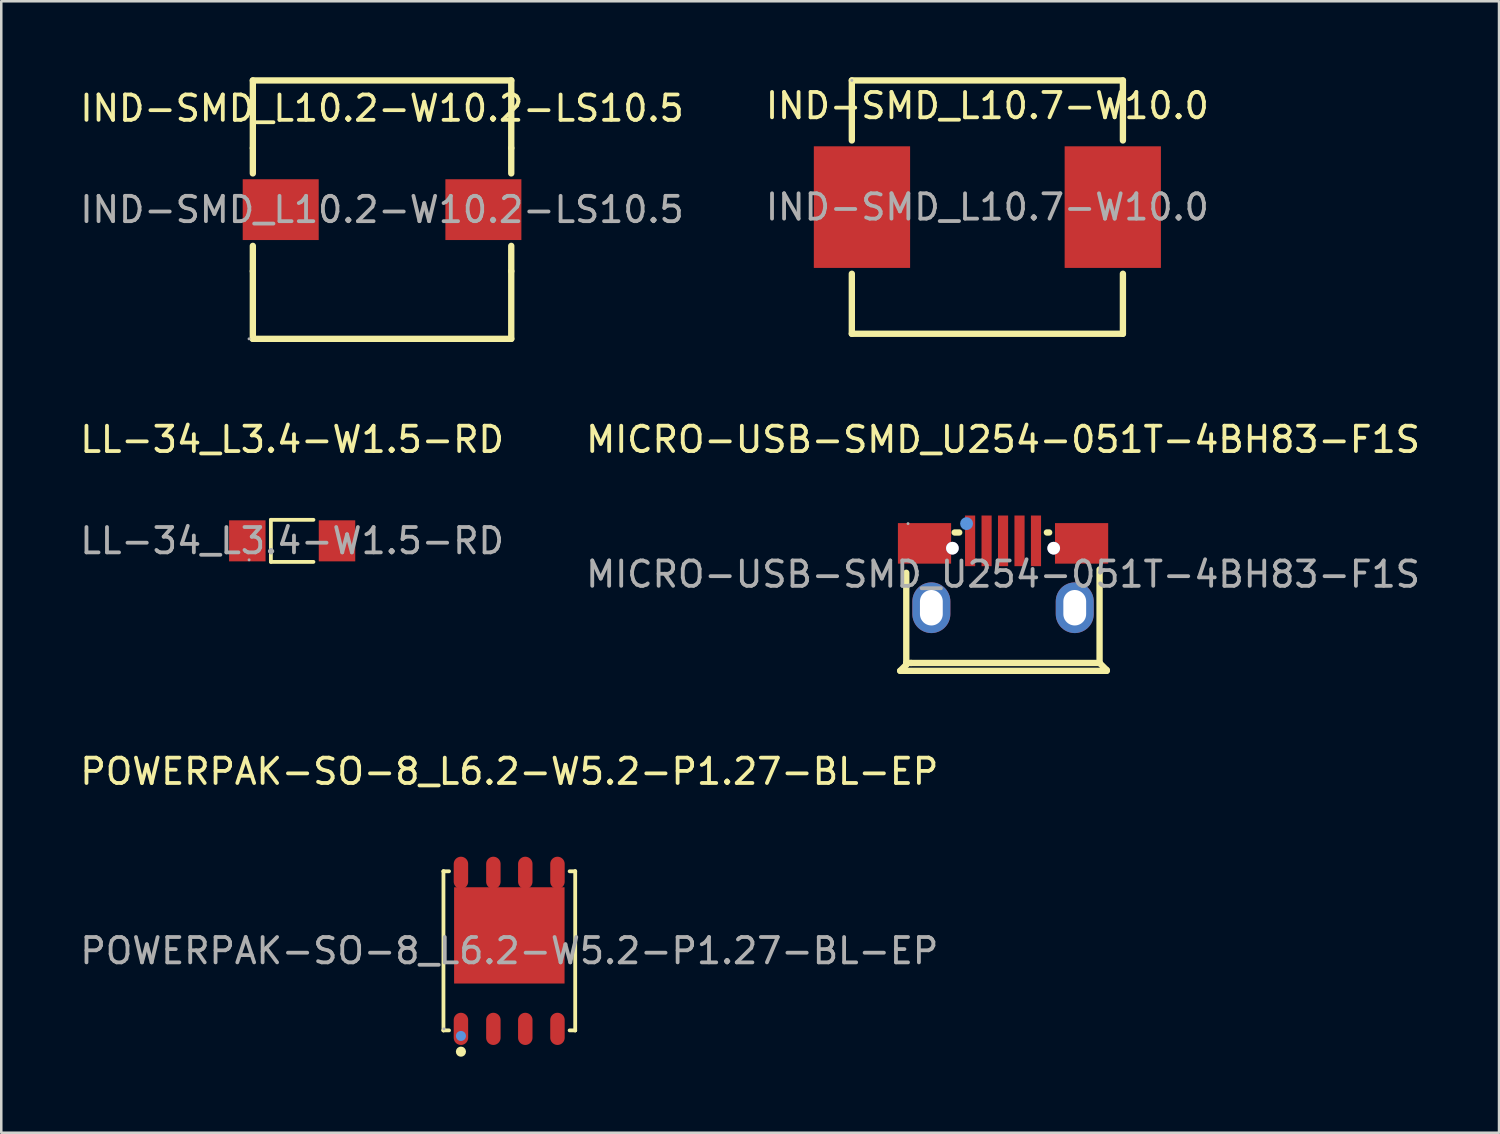
<source format=kicad_pcb>
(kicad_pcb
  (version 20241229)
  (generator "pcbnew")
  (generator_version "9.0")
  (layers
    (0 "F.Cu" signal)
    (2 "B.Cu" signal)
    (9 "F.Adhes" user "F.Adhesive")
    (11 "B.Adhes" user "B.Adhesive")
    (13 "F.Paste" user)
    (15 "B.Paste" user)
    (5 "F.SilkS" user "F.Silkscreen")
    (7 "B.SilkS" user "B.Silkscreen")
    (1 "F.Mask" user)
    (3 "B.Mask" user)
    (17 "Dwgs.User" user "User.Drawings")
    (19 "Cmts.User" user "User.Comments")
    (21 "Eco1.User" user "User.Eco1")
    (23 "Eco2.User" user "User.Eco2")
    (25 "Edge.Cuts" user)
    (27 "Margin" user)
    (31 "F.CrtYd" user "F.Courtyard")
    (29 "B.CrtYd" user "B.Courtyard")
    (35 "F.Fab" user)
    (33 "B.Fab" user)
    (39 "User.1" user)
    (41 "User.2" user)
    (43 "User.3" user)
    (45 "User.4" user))
  (footprint "MICRO-USB-SMD_U254-051T-4BH83-F1S"
    (layer "F.Cu")
    (at 36.542 19.618)
    (property "Reference" "MICRO-USB-SMD_U254-051T-4BH83-F1S" (at 0 -5.32 0) (layer "F.SilkS") (effects (font (size 1 1) (thickness 0.15))))
    (attr smd)
    (fp_line (start -4.06 3.81) (end 4.09 3.81) (stroke (width 0.25) (type solid)) (layer "F.SilkS"))
    (fp_line (start -3.82 3.5) (end -3.82 -0.06) (stroke (width 0.25) (type solid)) (layer "F.SilkS"))
    (fp_line (start -3.82 3.5) (end -3.82 3.57) (stroke (width 0.25) (type solid)) (layer "F.SilkS"))
    (fp_line (start -3.82 3.57) (end -4.06 3.81) (stroke (width 0.25) (type solid)) (layer "F.SilkS"))
    (fp_line (start -3.63 3.5) (end -3.82 3.5) (stroke (width 0.25) (type solid)) (layer "F.SilkS"))
    (fp_line (start -1.73 -1.65) (end -1.91 -1.65) (stroke (width 0.25) (type solid)) (layer "F.SilkS"))
    (fp_line (start 1.73 -1.65) (end 1.82 -1.65) (stroke (width 0.25) (type solid)) (layer "F.SilkS"))
    (fp_line (start 3.81 -0.19) (end 3.81 3.5) (stroke (width 0.25) (type solid)) (layer "F.SilkS"))
    (fp_line (start 3.81 3.5) (end -3.63 3.5) (stroke (width 0.25) (type solid)) (layer "F.SilkS"))
    (fp_line (start 4.09 3.78) (end 3.81 3.5) (stroke (width 0.25) (type solid)) (layer "F.SilkS"))
    (fp_line (start 4.09 3.81) (end 4.09 3.78) (stroke (width 0.25) (type solid)) (layer "F.SilkS"))
    (fp_circle (center -2 -1.03) (end -1.9 -1.03) (stroke (width 0.2) (type solid)) (fill no) (layer "Cmts.User"))
    (fp_circle (center -1.44 -2) (end -1.31 -2) (stroke (width 0.25) (type solid)) (fill no) (layer "Cmts.User"))
    (fp_circle (center 2 -1.03) (end 2.1 -1.03) (stroke (width 0.2) (type solid)) (fill no) (layer "Cmts.User"))
    (fp_circle (center -3.75 -2) (end -3.72 -2) (stroke (width 0.06) (type solid)) (fill no) (layer "F.Fab"))
    (fp_text user "${REFERENCE}" (at 0 0 0) (layer "F.Fab") (effects (font (size 1 1) (thickness 0.15))))
    (pad "" thru_hole circle (at -2 -1.03) (size 0.5 0.5) (drill 0.5) (layers "*.Cu" "*.Mask"))
    (pad "" thru_hole circle (at 2 -1.03) (size 0.5 0.5) (drill 0.5) (layers "*.Cu" "*.Mask"))
    (pad "1" smd rect (at -1.3 -1.32) (size 0.4 2) (layers "F.Cu" "F.Mask" "F.Paste"))
    (pad "2" smd rect (at -0.65 -1.32) (size 0.4 2) (layers "F.Cu" "F.Mask" "F.Paste"))
    (pad "3" smd rect (at 0 -1.32) (size 0.4 2) (layers "F.Cu" "F.Mask" "F.Paste"))
    (pad "4" smd rect (at 0.65 -1.32) (size 0.4 2) (layers "F.Cu" "F.Mask" "F.Paste"))
    (pad "5" smd rect (at 1.3 -1.32) (size 0.4 2) (layers "F.Cu" "F.Mask" "F.Paste"))
    (pad "6" smd rect (at 3.1 -1.22 90) (size 1.6 2.1) (layers "F.Cu" "F.Mask" "F.Paste"))
    (pad "7" smd rect (at -3.1 -1.22 90) (size 1.6 2.1) (layers "F.Cu" "F.Mask" "F.Paste"))
    (pad "8" thru_hole oval (at -2.83 1.32) (size 1.5 2) (drill oval 0.9 1.4) (layers "*.Cu" "*.Mask"))
    (pad "9" thru_hole oval (at 2.83 1.32) (size 1.5 2) (drill oval 0.9 1.4) (layers "*.Cu" "*.Mask")))
  (footprint "IND-SMD_L10.7-W10.0"
    (layer "F.Cu")
    (at 35.923 5.125)
    (property "Reference" "IND-SMD_L10.7-W10.0" (at 0 -4 0) (layer "F.SilkS") (effects (font (size 1 1) (thickness 0.15))))
    (attr smd)
    (fp_line (start -5.35 -5) (end -5.35 -2.63) (stroke (width 0.25) (type solid)) (layer "F.SilkS"))
    (fp_line (start -5.35 -5) (end 5.35 -5) (stroke (width 0.25) (type solid)) (layer "F.SilkS"))
    (fp_line (start -5.35 2.63) (end -5.35 5) (stroke (width 0.25) (type solid)) (layer "F.SilkS"))
    (fp_line (start 5.35 -2.63) (end 5.35 -5) (stroke (width 0.25) (type solid)) (layer "F.SilkS"))
    (fp_line (start 5.35 5) (end -5.35 5) (stroke (width 0.25) (type solid)) (layer "F.SilkS"))
    (fp_line (start 5.35 5) (end 5.35 2.63) (stroke (width 0.25) (type solid)) (layer "F.SilkS"))
    (fp_circle (center -5.35 -5) (end -5.32 -5) (stroke (width 0.06) (type solid)) (fill no) (layer "F.Fab"))
    (fp_text user "${REFERENCE}" (at 0 0 0) (layer "F.Fab") (effects (font (size 1 1) (thickness 0.15))))
    (pad "1" smd rect (at -4.95 0) (size 3.8 4.8) (layers "F.Cu" "F.Mask" "F.Paste"))
    (pad "2" smd rect (at 4.95 0) (size 3.8 4.8) (layers "F.Cu" "F.Mask" "F.Paste")))
  (footprint "IND-SMD_L10.2-W10.2-LS10.5"
    (layer "F.Cu")
    (at 12.03 5.225)
    (property "Reference" "IND-SMD_L10.2-W10.2-LS10.5" (at 0 -4 0) (layer "F.SilkS") (effects (font (size 1 1) (thickness 0.15))))
    (attr smd)
    (fp_line (start -5.1 -5.1) (end 5.1 -5.1) (stroke (width 0.25) (type solid)) (layer "F.SilkS"))
    (fp_line (start -5.1 -2.43) (end -5.1 -5.1) (stroke (width 0.25) (type solid)) (layer "F.SilkS"))
    (fp_line (start -5.1 -2.43) (end -5.1 -1.43) (stroke (width 0.25) (type solid)) (layer "F.SilkS"))
    (fp_line (start -5.1 1.43) (end -5.1 2.43) (stroke (width 0.25) (type solid)) (layer "F.SilkS"))
    (fp_line (start -5.1 5.1) (end -5.1 2.43) (stroke (width 0.25) (type solid)) (layer "F.SilkS"))
    (fp_line (start -5.1 5.1) (end 5.1 5.1) (stroke (width 0.25) (type solid)) (layer "F.SilkS"))
    (fp_line (start 5.1 -2.43) (end 5.1 -5.1) (stroke (width 0.25) (type solid)) (layer "F.SilkS"))
    (fp_line (start 5.1 -2.43) (end 5.1 -1.43) (stroke (width 0.25) (type solid)) (layer "F.SilkS"))
    (fp_line (start 5.1 1.43) (end 5.1 2.43) (stroke (width 0.25) (type solid)) (layer "F.SilkS"))
    (fp_line (start 5.1 5.1) (end 5.1 2.43) (stroke (width 0.25) (type solid)) (layer "F.SilkS"))
    (fp_circle (center -5.25 5.1) (end -5.22 5.1) (stroke (width 0.06) (type solid)) (fill no) (layer "F.Fab"))
    (fp_text user "${REFERENCE}" (at 0 0 0) (layer "F.Fab") (effects (font (size 1 1) (thickness 0.15))))
    (pad "1" smd rect (at -4 0 90) (size 2.4 3) (layers "F.Cu" "F.Mask" "F.Paste"))
    (pad "2" smd rect (at 4 0 90) (size 2.4 3) (layers "F.Cu" "F.Mask" "F.Paste")))
  (footprint "POWERPAK-SO-8_L6.2-W5.2-P1.27-BL-EP"
    (layer "F.Cu")
    (at 17.054 34.481)
    (property "Reference" "POWERPAK-SO-8_L6.2-W5.2-P1.27-BL-EP" (at 0 -7.08 0) (layer "F.SilkS") (effects (font (size 1 1) (thickness 0.15))))
    (attr through_hole)
    (fp_line (start -2.6 -3.14) (end -2.6 -3.14) (stroke (width 0.15) (type solid)) (layer "F.SilkS"))
    (fp_line (start -2.6 -3.14) (end -2.38 -3.14) (stroke (width 0.15) (type solid)) (layer "F.SilkS"))
    (fp_line (start -2.6 3.14) (end -2.6 -3.14) (stroke (width 0.15) (type solid)) (layer "F.SilkS"))
    (fp_line (start -2.6 3.14) (end -2.6 3.14) (stroke (width 0.15) (type solid)) (layer "F.SilkS"))
    (fp_line (start -2.38 3.14) (end -2.6 3.14) (stroke (width 0.15) (type solid)) (layer "F.SilkS"))
    (fp_line (start 2.38 3.14) (end 2.6 3.14) (stroke (width 0.15) (type solid)) (layer "F.SilkS"))
    (fp_line (start 2.6 -3.14) (end 2.38 -3.14) (stroke (width 0.15) (type solid)) (layer "F.SilkS"))
    (fp_line (start 2.6 -3.14) (end 2.6 -3.14) (stroke (width 0.15) (type solid)) (layer "F.SilkS"))
    (fp_line (start 2.6 3.14) (end 2.6 -3.14) (stroke (width 0.15) (type solid)) (layer "F.SilkS"))
    (fp_line (start 2.6 3.14) (end 2.6 3.14) (stroke (width 0.15) (type solid)) (layer "F.SilkS"))
    (fp_circle (center -1.91 3.98) (end -1.81 3.98) (stroke (width 0.2) (type solid)) (fill no) (layer "F.SilkS"))
    (fp_circle (center -1.91 3.36) (end -1.81 3.36) (stroke (width 0.2) (type solid)) (fill no) (layer "Cmts.User"))
    (fp_circle (center -2.58 3.08) (end -2.55 3.08) (stroke (width 0.06) (type solid)) (fill no) (layer "F.Fab"))
    (fp_text user "${REFERENCE}" (at 0 0 0) (layer "F.Fab") (effects (font (size 1 1) (thickness 0.15))))
    (pad "1" smd oval (at -1.91 3.08) (size 0.57 1.27) (layers "F.Cu" "F.Mask" "F.Paste"))
    (pad "2" smd oval (at -0.63 3.08) (size 0.57 1.27) (layers "F.Cu" "F.Mask" "F.Paste"))
    (pad "3" smd oval (at 0.63 3.08) (size 0.57 1.27) (layers "F.Cu" "F.Mask" "F.Paste"))
    (pad "4" smd oval (at 1.9 3.08) (size 0.57 1.27) (layers "F.Cu" "F.Mask" "F.Paste"))
    (pad "5" smd oval (at 1.9 -3.08) (size 0.57 1.27) (layers "F.Cu" "F.Mask" "F.Paste"))
    (pad "6" smd oval (at 0.63 -3.08) (size 0.57 1.27) (layers "F.Cu" "F.Mask" "F.Paste"))
    (pad "7" smd oval (at -0.63 -3.08) (size 0.57 1.27) (layers "F.Cu" "F.Mask" "F.Paste"))
    (pad "8" smd oval (at -1.91 -3.08) (size 0.57 1.27) (layers "F.Cu" "F.Mask" "F.Paste"))
    (pad "9" smd rect (at 0 -0.61) (size 4.36 3.8) (layers "F.Cu" "F.Mask" "F.Paste")))
  (footprint "LL-34_L3.4-W1.5-RD"
    (layer "F.Cu")
    (at 8.482 18.298)
    (property "Reference" "LL-34_L3.4-W1.5-RD" (at 0 -4 0) (layer "F.SilkS") (effects (font (size 1 1) (thickness 0.15))))
    (attr smd)
    (fp_line (start -0.84 -0.83) (end -0.84 0.83) (stroke (width 0.15) (type solid)) (layer "F.SilkS"))
    (fp_line (start -0.84 -0.83) (end 0.84 -0.83) (stroke (width 0.15) (type solid)) (layer "F.SilkS"))
    (fp_line (start -0.84 0.83) (end 0.84 0.83) (stroke (width 0.15) (type solid)) (layer "F.SilkS"))
    (fp_circle (center -1.7 0.75) (end -1.67 0.75) (stroke (width 0.06) (type solid)) (fill no) (layer "F.Fab"))
    (fp_text user "${REFERENCE}" (at 0 0 0) (layer "F.Fab") (effects (font (size 1 1) (thickness 0.15))))
    (pad "1" smd rect (at -1.77 0) (size 1.44 1.62) (layers "F.Cu" "F.Mask" "F.Paste"))
    (pad "2" smd rect (at 1.77 0) (size 1.44 1.62) (layers "F.Cu" "F.Mask" "F.Paste")))
  (gr_rect
    (start -3 -3)
    (end 56.119 41.661)
    (stroke (width 0.1) (type default))
    (fill no)
    (layer "Edge.Cuts")))
</source>
